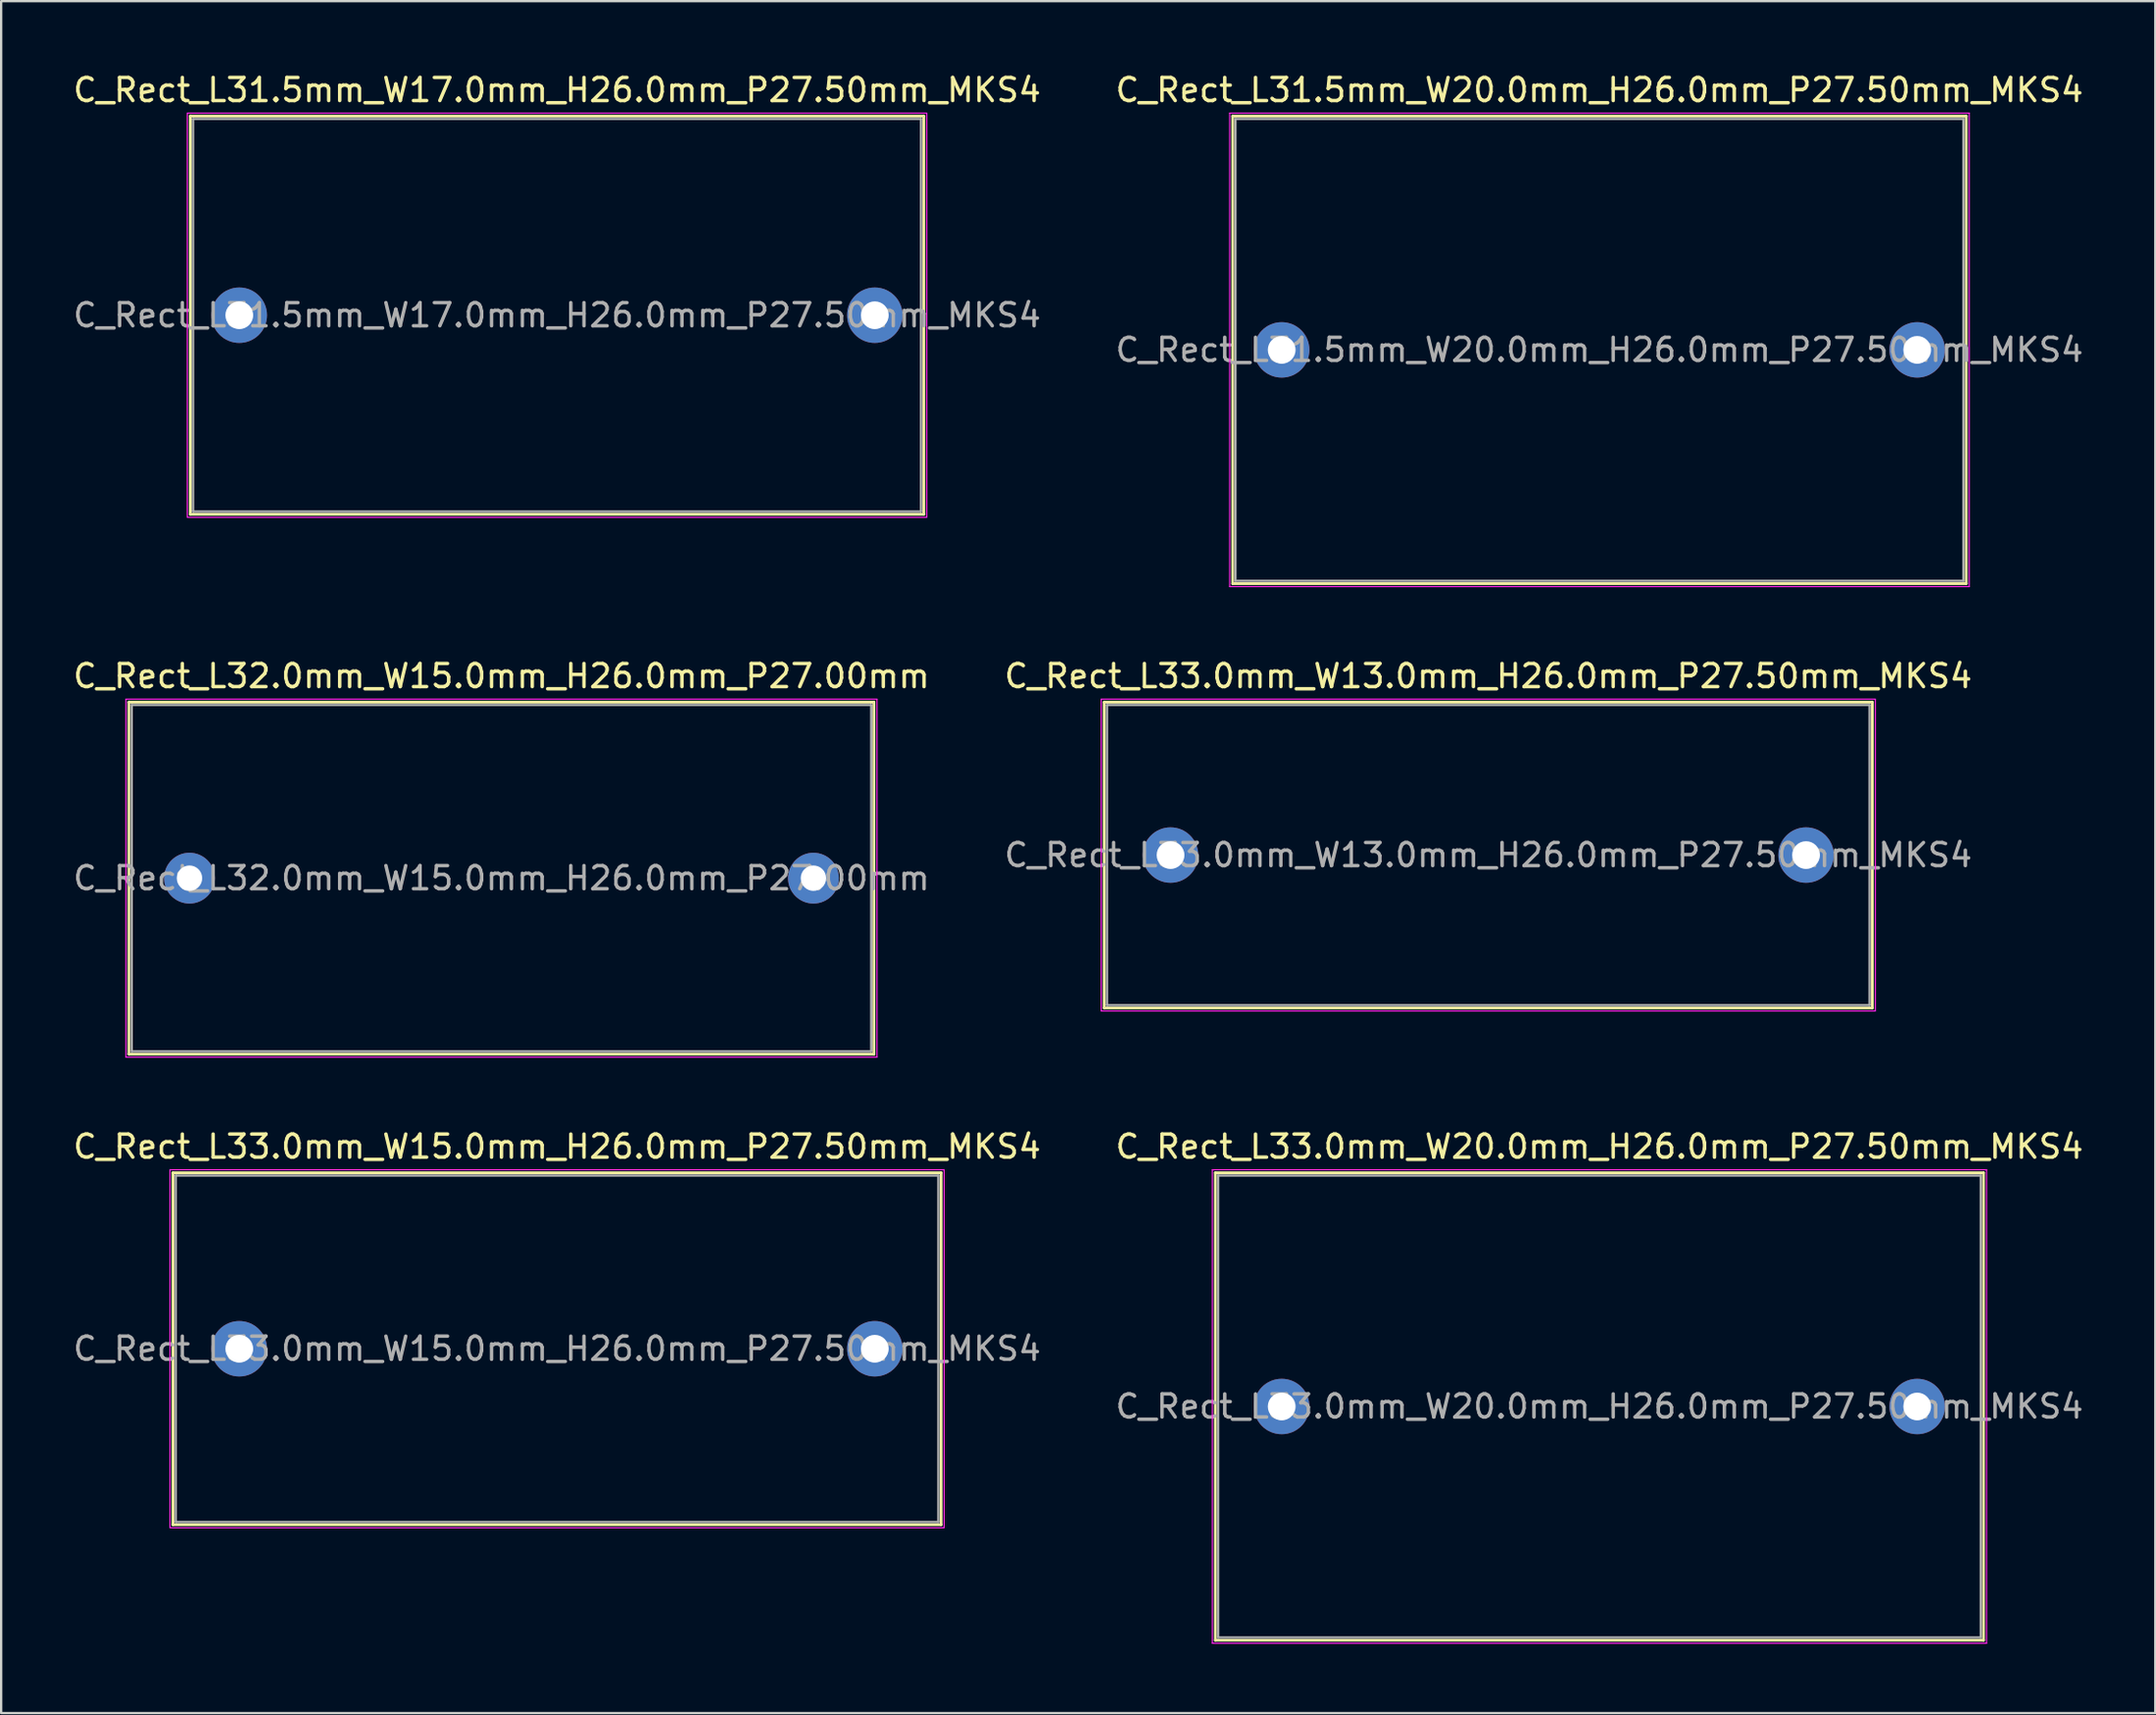
<source format=kicad_pcb>
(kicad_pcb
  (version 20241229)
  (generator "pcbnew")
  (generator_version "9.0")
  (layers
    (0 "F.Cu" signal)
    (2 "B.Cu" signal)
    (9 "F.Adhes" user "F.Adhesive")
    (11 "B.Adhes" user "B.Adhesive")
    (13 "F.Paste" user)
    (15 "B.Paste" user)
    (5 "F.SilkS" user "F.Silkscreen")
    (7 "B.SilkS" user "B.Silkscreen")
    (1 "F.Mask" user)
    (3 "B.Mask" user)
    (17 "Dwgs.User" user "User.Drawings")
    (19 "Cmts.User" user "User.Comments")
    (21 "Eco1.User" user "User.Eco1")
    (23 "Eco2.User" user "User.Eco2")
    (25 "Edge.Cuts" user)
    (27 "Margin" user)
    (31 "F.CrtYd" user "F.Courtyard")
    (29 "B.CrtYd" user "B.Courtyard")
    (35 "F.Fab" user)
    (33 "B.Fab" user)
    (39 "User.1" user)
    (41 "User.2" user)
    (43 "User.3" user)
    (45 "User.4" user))
  (footprint "C_Rect_L32.0mm_W15.0mm_H26.0mm_P27.00mm"
    (layer "F.Cu")
    (at 5.149 34.971)
    (property "Reference" "C_Rect_L32.0mm_W15.0mm_H26.0mm_P27.00mm" (at 13.5 -8.75 0) (layer "F.SilkS") (effects (font (size 1 1) (thickness 0.15))))
    (attr through_hole)
    (fp_line (start -2.62 -7.62) (end -2.62 7.62) (stroke (width 0.12) (type solid)) (layer "F.SilkS"))
    (fp_line (start -2.62 -7.62) (end 29.62 -7.62) (stroke (width 0.12) (type solid)) (layer "F.SilkS"))
    (fp_line (start -2.62 7.62) (end 29.62 7.62) (stroke (width 0.12) (type solid)) (layer "F.SilkS"))
    (fp_line (start 29.62 -7.62) (end 29.62 7.62) (stroke (width 0.12) (type solid)) (layer "F.SilkS"))
    (fp_line (start -2.75 -7.75) (end -2.75 7.75) (stroke (width 0.05) (type solid)) (layer "F.CrtYd"))
    (fp_line (start -2.75 7.75) (end 29.75 7.75) (stroke (width 0.05) (type solid)) (layer "F.CrtYd"))
    (fp_line (start 29.75 -7.75) (end -2.75 -7.75) (stroke (width 0.05) (type solid)) (layer "F.CrtYd"))
    (fp_line (start 29.75 7.75) (end 29.75 -7.75) (stroke (width 0.05) (type solid)) (layer "F.CrtYd"))
    (fp_line (start -2.5 -7.5) (end -2.5 7.5) (stroke (width 0.1) (type solid)) (layer "F.Fab"))
    (fp_line (start -2.5 7.5) (end 29.5 7.5) (stroke (width 0.1) (type solid)) (layer "F.Fab"))
    (fp_line (start 29.5 -7.5) (end -2.5 -7.5) (stroke (width 0.1) (type solid)) (layer "F.Fab"))
    (fp_line (start 29.5 7.5) (end 29.5 -7.5) (stroke (width 0.1) (type solid)) (layer "F.Fab"))
    (fp_text user "${REFERENCE}" (at 13.5 0 0) (layer "F.Fab") (effects (font (size 1 1) (thickness 0.15))))
    (pad "1" thru_hole circle (at 0 0) (size 2.2 2.2) (drill 1.1) (layers "*.Cu" "*.Mask"))
    (pad "2" thru_hole circle (at 27 0) (size 2.2 2.2) (drill 1.1) (layers "*.Cu" "*.Mask")))
  (footprint "C_Rect_L31.5mm_W20.0mm_H26.0mm_P27.50mm_MKS4"
    (layer "F.Cu")
    (at 52.411 12.098)
    (property "Reference" "C_Rect_L31.5mm_W20.0mm_H26.0mm_P27.50mm_MKS4" (at 13.75 -11.25 0) (layer "F.SilkS") (effects (font (size 1 1) (thickness 0.15))))
    (attr through_hole)
    (fp_line (start -2.12 -10.12) (end -2.12 10.12) (stroke (width 0.12) (type solid)) (layer "F.SilkS"))
    (fp_line (start -2.12 -10.12) (end 29.62 -10.12) (stroke (width 0.12) (type solid)) (layer "F.SilkS"))
    (fp_line (start -2.12 10.12) (end 29.62 10.12) (stroke (width 0.12) (type solid)) (layer "F.SilkS"))
    (fp_line (start 29.62 -10.12) (end 29.62 10.12) (stroke (width 0.12) (type solid)) (layer "F.SilkS"))
    (fp_line (start -2.25 -10.25) (end -2.25 10.25) (stroke (width 0.05) (type solid)) (layer "F.CrtYd"))
    (fp_line (start -2.25 10.25) (end 29.75 10.25) (stroke (width 0.05) (type solid)) (layer "F.CrtYd"))
    (fp_line (start 29.75 -10.25) (end -2.25 -10.25) (stroke (width 0.05) (type solid)) (layer "F.CrtYd"))
    (fp_line (start 29.75 10.25) (end 29.75 -10.25) (stroke (width 0.05) (type solid)) (layer "F.CrtYd"))
    (fp_line (start -2 -10) (end -2 10) (stroke (width 0.1) (type solid)) (layer "F.Fab"))
    (fp_line (start -2 10) (end 29.5 10) (stroke (width 0.1) (type solid)) (layer "F.Fab"))
    (fp_line (start 29.5 -10) (end -2 -10) (stroke (width 0.1) (type solid)) (layer "F.Fab"))
    (fp_line (start 29.5 10) (end 29.5 -10) (stroke (width 0.1) (type solid)) (layer "F.Fab"))
    (fp_text user "${REFERENCE}" (at 13.75 0 0) (layer "F.Fab") (effects (font (size 1 1) (thickness 0.15))))
    (pad "1" thru_hole circle (at 0 0) (size 2.4 2.4) (drill 1.2) (layers "*.Cu" "*.Mask"))
    (pad "2" thru_hole circle (at 27.5 0) (size 2.4 2.4) (drill 1.2) (layers "*.Cu" "*.Mask")))
  (footprint "C_Rect_L33.0mm_W20.0mm_H26.0mm_P27.50mm_MKS4"
    (layer "F.Cu")
    (at 52.411 57.845)
    (property "Reference" "C_Rect_L33.0mm_W20.0mm_H26.0mm_P27.50mm_MKS4" (at 13.75 -11.25 0) (layer "F.SilkS") (effects (font (size 1 1) (thickness 0.15))))
    (attr through_hole)
    (fp_line (start -2.87 -10.12) (end -2.87 10.12) (stroke (width 0.12) (type solid)) (layer "F.SilkS"))
    (fp_line (start -2.87 -10.12) (end 30.37 -10.12) (stroke (width 0.12) (type solid)) (layer "F.SilkS"))
    (fp_line (start -2.87 10.12) (end 30.37 10.12) (stroke (width 0.12) (type solid)) (layer "F.SilkS"))
    (fp_line (start 30.37 -10.12) (end 30.37 10.12) (stroke (width 0.12) (type solid)) (layer "F.SilkS"))
    (fp_line (start -3 -10.25) (end -3 10.25) (stroke (width 0.05) (type solid)) (layer "F.CrtYd"))
    (fp_line (start -3 10.25) (end 30.5 10.25) (stroke (width 0.05) (type solid)) (layer "F.CrtYd"))
    (fp_line (start 30.5 -10.25) (end -3 -10.25) (stroke (width 0.05) (type solid)) (layer "F.CrtYd"))
    (fp_line (start 30.5 10.25) (end 30.5 -10.25) (stroke (width 0.05) (type solid)) (layer "F.CrtYd"))
    (fp_line (start -2.75 -10) (end -2.75 10) (stroke (width 0.1) (type solid)) (layer "F.Fab"))
    (fp_line (start -2.75 10) (end 30.25 10) (stroke (width 0.1) (type solid)) (layer "F.Fab"))
    (fp_line (start 30.25 -10) (end -2.75 -10) (stroke (width 0.1) (type solid)) (layer "F.Fab"))
    (fp_line (start 30.25 10) (end 30.25 -10) (stroke (width 0.1) (type solid)) (layer "F.Fab"))
    (fp_text user "${REFERENCE}" (at 13.75 0 0) (layer "F.Fab") (effects (font (size 1 1) (thickness 0.15))))
    (pad "1" thru_hole circle (at 0 0) (size 2.4 2.4) (drill 1.2) (layers "*.Cu" "*.Mask"))
    (pad "2" thru_hole circle (at 27.5 0) (size 2.4 2.4) (drill 1.2) (layers "*.Cu" "*.Mask")))
  (footprint "C_Rect_L33.0mm_W15.0mm_H26.0mm_P27.50mm_MKS4"
    (layer "F.Cu")
    (at 7.304 55.345)
    (property "Reference" "C_Rect_L33.0mm_W15.0mm_H26.0mm_P27.50mm_MKS4" (at 13.75 -8.75 0) (layer "F.SilkS") (effects (font (size 1 1) (thickness 0.15))))
    (attr through_hole)
    (fp_line (start -2.87 -7.62) (end -2.87 7.62) (stroke (width 0.12) (type solid)) (layer "F.SilkS"))
    (fp_line (start -2.87 -7.62) (end 30.37 -7.62) (stroke (width 0.12) (type solid)) (layer "F.SilkS"))
    (fp_line (start -2.87 7.62) (end 30.37 7.62) (stroke (width 0.12) (type solid)) (layer "F.SilkS"))
    (fp_line (start 30.37 -7.62) (end 30.37 7.62) (stroke (width 0.12) (type solid)) (layer "F.SilkS"))
    (fp_line (start -3 -7.75) (end -3 7.75) (stroke (width 0.05) (type solid)) (layer "F.CrtYd"))
    (fp_line (start -3 7.75) (end 30.5 7.75) (stroke (width 0.05) (type solid)) (layer "F.CrtYd"))
    (fp_line (start 30.5 -7.75) (end -3 -7.75) (stroke (width 0.05) (type solid)) (layer "F.CrtYd"))
    (fp_line (start 30.5 7.75) (end 30.5 -7.75) (stroke (width 0.05) (type solid)) (layer "F.CrtYd"))
    (fp_line (start -2.75 -7.5) (end -2.75 7.5) (stroke (width 0.1) (type solid)) (layer "F.Fab"))
    (fp_line (start -2.75 7.5) (end 30.25 7.5) (stroke (width 0.1) (type solid)) (layer "F.Fab"))
    (fp_line (start 30.25 -7.5) (end -2.75 -7.5) (stroke (width 0.1) (type solid)) (layer "F.Fab"))
    (fp_line (start 30.25 7.5) (end 30.25 -7.5) (stroke (width 0.1) (type solid)) (layer "F.Fab"))
    (fp_text user "${REFERENCE}" (at 13.75 0 0) (layer "F.Fab") (effects (font (size 1 1) (thickness 0.15))))
    (pad "1" thru_hole circle (at 0 0) (size 2.4 2.4) (drill 1.2) (layers "*.Cu" "*.Mask"))
    (pad "2" thru_hole circle (at 27.5 0) (size 2.4 2.4) (drill 1.2) (layers "*.Cu" "*.Mask")))
  (footprint "C_Rect_L31.5mm_W17.0mm_H26.0mm_P27.50mm_MKS4"
    (layer "F.Cu")
    (at 7.304 10.598)
    (property "Reference" "C_Rect_L31.5mm_W17.0mm_H26.0mm_P27.50mm_MKS4" (at 13.75 -9.75 0) (layer "F.SilkS") (effects (font (size 1 1) (thickness 0.15))))
    (attr through_hole)
    (fp_line (start -2.12 -8.62) (end -2.12 8.62) (stroke (width 0.12) (type solid)) (layer "F.SilkS"))
    (fp_line (start -2.12 -8.62) (end 29.62 -8.62) (stroke (width 0.12) (type solid)) (layer "F.SilkS"))
    (fp_line (start -2.12 8.62) (end 29.62 8.62) (stroke (width 0.12) (type solid)) (layer "F.SilkS"))
    (fp_line (start 29.62 -8.62) (end 29.62 8.62) (stroke (width 0.12) (type solid)) (layer "F.SilkS"))
    (fp_line (start -2.25 -8.75) (end -2.25 8.75) (stroke (width 0.05) (type solid)) (layer "F.CrtYd"))
    (fp_line (start -2.25 8.75) (end 29.75 8.75) (stroke (width 0.05) (type solid)) (layer "F.CrtYd"))
    (fp_line (start 29.75 -8.75) (end -2.25 -8.75) (stroke (width 0.05) (type solid)) (layer "F.CrtYd"))
    (fp_line (start 29.75 8.75) (end 29.75 -8.75) (stroke (width 0.05) (type solid)) (layer "F.CrtYd"))
    (fp_line (start -2 -8.5) (end -2 8.5) (stroke (width 0.1) (type solid)) (layer "F.Fab"))
    (fp_line (start -2 8.5) (end 29.5 8.5) (stroke (width 0.1) (type solid)) (layer "F.Fab"))
    (fp_line (start 29.5 -8.5) (end -2 -8.5) (stroke (width 0.1) (type solid)) (layer "F.Fab"))
    (fp_line (start 29.5 8.5) (end 29.5 -8.5) (stroke (width 0.1) (type solid)) (layer "F.Fab"))
    (fp_text user "${REFERENCE}" (at 13.75 0 0) (layer "F.Fab") (effects (font (size 1 1) (thickness 0.15))))
    (pad "1" thru_hole circle (at 0 0) (size 2.4 2.4) (drill 1.2) (layers "*.Cu" "*.Mask"))
    (pad "2" thru_hole circle (at 27.5 0) (size 2.4 2.4) (drill 1.2) (layers "*.Cu" "*.Mask")))
  (footprint "C_Rect_L33.0mm_W13.0mm_H26.0mm_P27.50mm_MKS4"
    (layer "F.Cu")
    (at 47.601 33.971)
    (property "Reference" "C_Rect_L33.0mm_W13.0mm_H26.0mm_P27.50mm_MKS4" (at 13.75 -7.75 0) (layer "F.SilkS") (effects (font (size 1 1) (thickness 0.15))))
    (attr through_hole)
    (fp_line (start -2.87 -6.62) (end -2.87 6.62) (stroke (width 0.12) (type solid)) (layer "F.SilkS"))
    (fp_line (start -2.87 -6.62) (end 30.37 -6.62) (stroke (width 0.12) (type solid)) (layer "F.SilkS"))
    (fp_line (start -2.87 6.62) (end 30.37 6.62) (stroke (width 0.12) (type solid)) (layer "F.SilkS"))
    (fp_line (start 30.37 -6.62) (end 30.37 6.62) (stroke (width 0.12) (type solid)) (layer "F.SilkS"))
    (fp_line (start -3 -6.75) (end -3 6.75) (stroke (width 0.05) (type solid)) (layer "F.CrtYd"))
    (fp_line (start -3 6.75) (end 30.5 6.75) (stroke (width 0.05) (type solid)) (layer "F.CrtYd"))
    (fp_line (start 30.5 -6.75) (end -3 -6.75) (stroke (width 0.05) (type solid)) (layer "F.CrtYd"))
    (fp_line (start 30.5 6.75) (end 30.5 -6.75) (stroke (width 0.05) (type solid)) (layer "F.CrtYd"))
    (fp_line (start -2.75 -6.5) (end -2.75 6.5) (stroke (width 0.1) (type solid)) (layer "F.Fab"))
    (fp_line (start -2.75 6.5) (end 30.25 6.5) (stroke (width 0.1) (type solid)) (layer "F.Fab"))
    (fp_line (start 30.25 -6.5) (end -2.75 -6.5) (stroke (width 0.1) (type solid)) (layer "F.Fab"))
    (fp_line (start 30.25 6.5) (end 30.25 -6.5) (stroke (width 0.1) (type solid)) (layer "F.Fab"))
    (fp_text user "${REFERENCE}" (at 13.75 0 0) (layer "F.Fab") (effects (font (size 1 1) (thickness 0.15))))
    (pad "1" thru_hole circle (at 0 0) (size 2.4 2.4) (drill 1.2) (layers "*.Cu" "*.Mask"))
    (pad "2" thru_hole circle (at 27.5 0) (size 2.4 2.4) (drill 1.2) (layers "*.Cu" "*.Mask")))
  (gr_rect
    (start -3 -3)
    (end 90.214 71.12)
    (stroke (width 0.1) (type default))
    (fill no)
    (layer "Edge.Cuts")))
</source>
